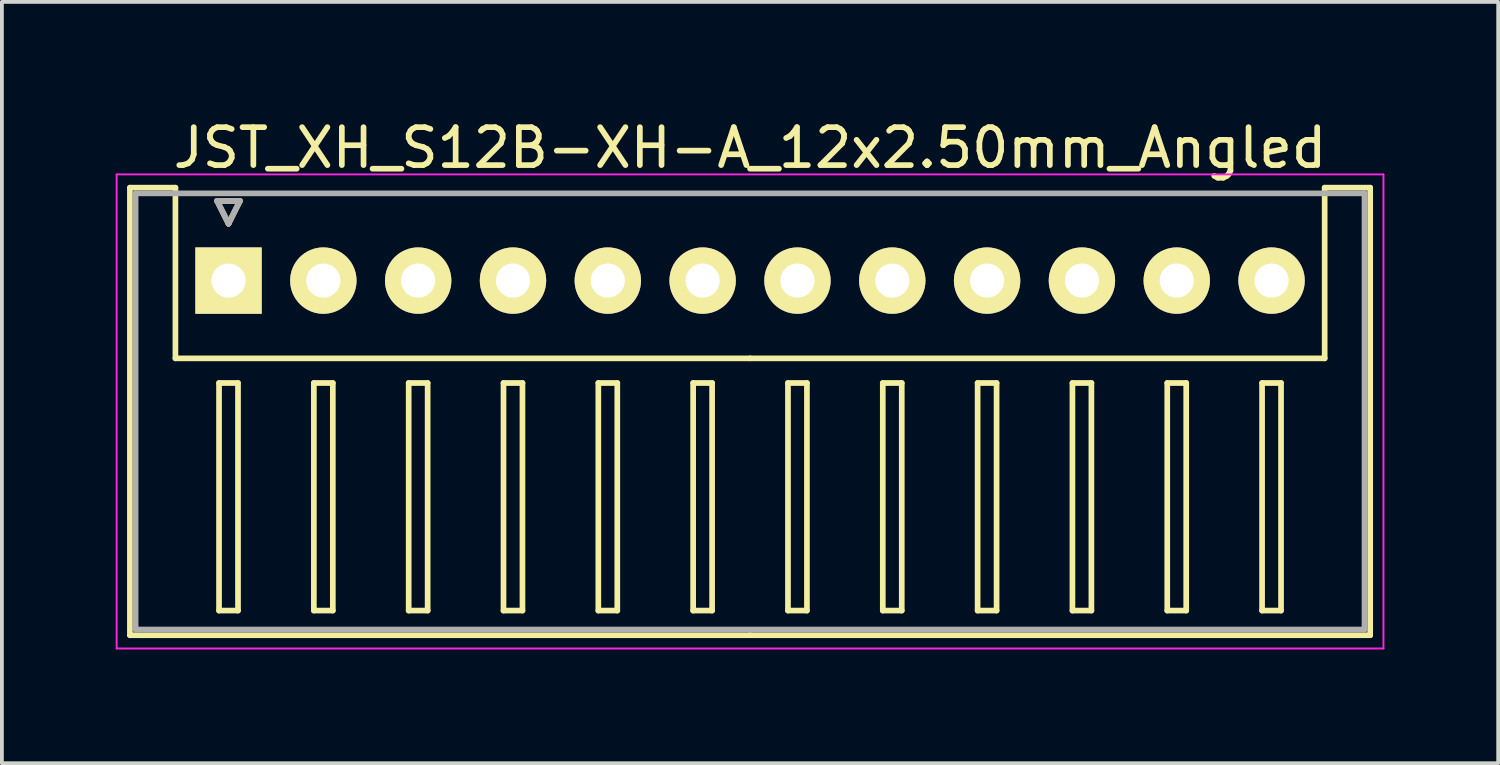
<source format=kicad_pcb>
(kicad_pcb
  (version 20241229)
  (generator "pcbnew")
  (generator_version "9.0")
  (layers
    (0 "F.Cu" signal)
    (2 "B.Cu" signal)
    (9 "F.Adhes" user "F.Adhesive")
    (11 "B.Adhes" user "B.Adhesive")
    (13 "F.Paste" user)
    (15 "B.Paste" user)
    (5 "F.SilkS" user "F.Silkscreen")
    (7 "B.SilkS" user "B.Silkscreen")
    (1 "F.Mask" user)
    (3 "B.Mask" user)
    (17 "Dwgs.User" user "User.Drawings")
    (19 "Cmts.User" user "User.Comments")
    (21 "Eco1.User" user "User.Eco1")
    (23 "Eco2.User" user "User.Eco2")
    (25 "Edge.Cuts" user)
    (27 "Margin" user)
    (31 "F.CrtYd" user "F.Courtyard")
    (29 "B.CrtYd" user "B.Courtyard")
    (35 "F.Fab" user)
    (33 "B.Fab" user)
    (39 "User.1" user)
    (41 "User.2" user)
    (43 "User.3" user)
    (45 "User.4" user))
  (footprint "JST_XH_S12B-XH-A_12x2.50mm_Angled"
    (layer "F.Cu")
    (at 2.975 4.348)
    (property "Reference" "JST_XH_S12B-XH-A_12x2.50mm_Angled" (at 13.75 -3.5 0) (layer "F.SilkS") (effects (font (size 1 1) (thickness 0.15))))
    (attr through_hole)
    (fp_line (start -2.6 -2.45) (end -1.4 -2.45) (stroke (width 0.15) (type solid)) (layer "F.SilkS"))
    (fp_line (start -2.6 9.35) (end -2.6 -2.45) (stroke (width 0.15) (type solid)) (layer "F.SilkS"))
    (fp_line (start -1.4 -2.45) (end -1.4 2.05) (stroke (width 0.15) (type solid)) (layer "F.SilkS"))
    (fp_line (start -1.4 2.05) (end 13.75 2.05) (stroke (width 0.15) (type solid)) (layer "F.SilkS"))
    (fp_line (start -0.3 -2.1) (end 0.3 -2.1) (stroke (width 0.15) (type solid)) (layer "F.SilkS"))
    (fp_line (start -0.25 2.7) (end -0.25 8.7) (stroke (width 0.15) (type solid)) (layer "F.SilkS"))
    (fp_line (start -0.25 8.7) (end 0.25 8.7) (stroke (width 0.15) (type solid)) (layer "F.SilkS"))
    (fp_line (start 0 -1.5) (end -0.3 -2.1) (stroke (width 0.15) (type solid)) (layer "F.SilkS"))
    (fp_line (start 0.25 2.7) (end -0.25 2.7) (stroke (width 0.15) (type solid)) (layer "F.SilkS"))
    (fp_line (start 0.25 8.7) (end 0.25 2.7) (stroke (width 0.15) (type solid)) (layer "F.SilkS"))
    (fp_line (start 0.3 -2.1) (end 0 -1.5) (stroke (width 0.15) (type solid)) (layer "F.SilkS"))
    (fp_line (start 2.25 2.7) (end 2.25 8.7) (stroke (width 0.15) (type solid)) (layer "F.SilkS"))
    (fp_line (start 2.25 8.7) (end 2.75 8.7) (stroke (width 0.15) (type solid)) (layer "F.SilkS"))
    (fp_line (start 2.75 2.7) (end 2.25 2.7) (stroke (width 0.15) (type solid)) (layer "F.SilkS"))
    (fp_line (start 2.75 8.7) (end 2.75 2.7) (stroke (width 0.15) (type solid)) (layer "F.SilkS"))
    (fp_line (start 4.75 2.7) (end 4.75 8.7) (stroke (width 0.15) (type solid)) (layer "F.SilkS"))
    (fp_line (start 4.75 8.7) (end 5.25 8.7) (stroke (width 0.15) (type solid)) (layer "F.SilkS"))
    (fp_line (start 5.25 2.7) (end 4.75 2.7) (stroke (width 0.15) (type solid)) (layer "F.SilkS"))
    (fp_line (start 5.25 8.7) (end 5.25 2.7) (stroke (width 0.15) (type solid)) (layer "F.SilkS"))
    (fp_line (start 7.25 2.7) (end 7.25 8.7) (stroke (width 0.15) (type solid)) (layer "F.SilkS"))
    (fp_line (start 7.25 8.7) (end 7.75 8.7) (stroke (width 0.15) (type solid)) (layer "F.SilkS"))
    (fp_line (start 7.75 2.7) (end 7.25 2.7) (stroke (width 0.15) (type solid)) (layer "F.SilkS"))
    (fp_line (start 7.75 8.7) (end 7.75 2.7) (stroke (width 0.15) (type solid)) (layer "F.SilkS"))
    (fp_line (start 9.75 2.7) (end 9.75 8.7) (stroke (width 0.15) (type solid)) (layer "F.SilkS"))
    (fp_line (start 9.75 8.7) (end 10.25 8.7) (stroke (width 0.15) (type solid)) (layer "F.SilkS"))
    (fp_line (start 10.25 2.7) (end 9.75 2.7) (stroke (width 0.15) (type solid)) (layer "F.SilkS"))
    (fp_line (start 10.25 8.7) (end 10.25 2.7) (stroke (width 0.15) (type solid)) (layer "F.SilkS"))
    (fp_line (start 12.25 2.7) (end 12.25 8.7) (stroke (width 0.15) (type solid)) (layer "F.SilkS"))
    (fp_line (start 12.25 8.7) (end 12.75 8.7) (stroke (width 0.15) (type solid)) (layer "F.SilkS"))
    (fp_line (start 12.75 2.7) (end 12.25 2.7) (stroke (width 0.15) (type solid)) (layer "F.SilkS"))
    (fp_line (start 12.75 8.7) (end 12.75 2.7) (stroke (width 0.15) (type solid)) (layer "F.SilkS"))
    (fp_line (start 13.75 9.35) (end -2.6 9.35) (stroke (width 0.15) (type solid)) (layer "F.SilkS"))
    (fp_line (start 13.75 9.35) (end 30.1 9.35) (stroke (width 0.15) (type solid)) (layer "F.SilkS"))
    (fp_line (start 14.75 2.7) (end 14.75 8.7) (stroke (width 0.15) (type solid)) (layer "F.SilkS"))
    (fp_line (start 14.75 8.7) (end 15.25 8.7) (stroke (width 0.15) (type solid)) (layer "F.SilkS"))
    (fp_line (start 15.25 2.7) (end 14.75 2.7) (stroke (width 0.15) (type solid)) (layer "F.SilkS"))
    (fp_line (start 15.25 8.7) (end 15.25 2.7) (stroke (width 0.15) (type solid)) (layer "F.SilkS"))
    (fp_line (start 17.25 2.7) (end 17.25 8.7) (stroke (width 0.15) (type solid)) (layer "F.SilkS"))
    (fp_line (start 17.25 8.7) (end 17.75 8.7) (stroke (width 0.15) (type solid)) (layer "F.SilkS"))
    (fp_line (start 17.75 2.7) (end 17.25 2.7) (stroke (width 0.15) (type solid)) (layer "F.SilkS"))
    (fp_line (start 17.75 8.7) (end 17.75 2.7) (stroke (width 0.15) (type solid)) (layer "F.SilkS"))
    (fp_line (start 19.75 2.7) (end 19.75 8.7) (stroke (width 0.15) (type solid)) (layer "F.SilkS"))
    (fp_line (start 19.75 8.7) (end 20.25 8.7) (stroke (width 0.15) (type solid)) (layer "F.SilkS"))
    (fp_line (start 20.25 2.7) (end 19.75 2.7) (stroke (width 0.15) (type solid)) (layer "F.SilkS"))
    (fp_line (start 20.25 8.7) (end 20.25 2.7) (stroke (width 0.15) (type solid)) (layer "F.SilkS"))
    (fp_line (start 22.25 2.7) (end 22.25 8.7) (stroke (width 0.15) (type solid)) (layer "F.SilkS"))
    (fp_line (start 22.25 8.7) (end 22.75 8.7) (stroke (width 0.15) (type solid)) (layer "F.SilkS"))
    (fp_line (start 22.75 2.7) (end 22.25 2.7) (stroke (width 0.15) (type solid)) (layer "F.SilkS"))
    (fp_line (start 22.75 8.7) (end 22.75 2.7) (stroke (width 0.15) (type solid)) (layer "F.SilkS"))
    (fp_line (start 24.75 2.7) (end 24.75 8.7) (stroke (width 0.15) (type solid)) (layer "F.SilkS"))
    (fp_line (start 24.75 8.7) (end 25.25 8.7) (stroke (width 0.15) (type solid)) (layer "F.SilkS"))
    (fp_line (start 25.25 2.7) (end 24.75 2.7) (stroke (width 0.15) (type solid)) (layer "F.SilkS"))
    (fp_line (start 25.25 8.7) (end 25.25 2.7) (stroke (width 0.15) (type solid)) (layer "F.SilkS"))
    (fp_line (start 27.25 2.7) (end 27.25 8.7) (stroke (width 0.15) (type solid)) (layer "F.SilkS"))
    (fp_line (start 27.25 8.7) (end 27.75 8.7) (stroke (width 0.15) (type solid)) (layer "F.SilkS"))
    (fp_line (start 27.75 2.7) (end 27.25 2.7) (stroke (width 0.15) (type solid)) (layer "F.SilkS"))
    (fp_line (start 27.75 8.7) (end 27.75 2.7) (stroke (width 0.15) (type solid)) (layer "F.SilkS"))
    (fp_line (start 28.9 -2.45) (end 28.9 2.05) (stroke (width 0.15) (type solid)) (layer "F.SilkS"))
    (fp_line (start 28.9 2.05) (end 13.75 2.05) (stroke (width 0.15) (type solid)) (layer "F.SilkS"))
    (fp_line (start 30.1 -2.45) (end 28.9 -2.45) (stroke (width 0.15) (type solid)) (layer "F.SilkS"))
    (fp_line (start 30.1 9.35) (end 30.1 -2.45) (stroke (width 0.15) (type solid)) (layer "F.SilkS"))
    (fp_line (start -2.95 -2.8) (end -2.95 9.7) (stroke (width 0.05) (type solid)) (layer "F.CrtYd"))
    (fp_line (start -2.95 9.7) (end 30.45 9.7) (stroke (width 0.05) (type solid)) (layer "F.CrtYd"))
    (fp_line (start 30.45 -2.8) (end -2.95 -2.8) (stroke (width 0.05) (type solid)) (layer "F.CrtYd"))
    (fp_line (start 30.45 9.7) (end 30.45 -2.8) (stroke (width 0.05) (type solid)) (layer "F.CrtYd"))
    (fp_line (start -2.45 -2.3) (end -2.45 9.2) (stroke (width 0.15) (type solid)) (layer "F.Fab"))
    (fp_line (start -2.45 9.2) (end 29.95 9.2) (stroke (width 0.15) (type solid)) (layer "F.Fab"))
    (fp_line (start -0.3 -2.1) (end 0.3 -2.1) (stroke (width 0.15) (type solid)) (layer "F.Fab"))
    (fp_line (start 0 -1.5) (end -0.3 -2.1) (stroke (width 0.15) (type solid)) (layer "F.Fab"))
    (fp_line (start 0.3 -2.1) (end 0 -1.5) (stroke (width 0.15) (type solid)) (layer "F.Fab"))
    (fp_line (start 29.95 -2.3) (end -2.45 -2.3) (stroke (width 0.15) (type solid)) (layer "F.Fab"))
    (fp_line (start 29.95 9.2) (end 29.95 -2.3) (stroke (width 0.15) (type solid)) (layer "F.Fab"))
    (pad "1" thru_hole rect (at 0 0) (size 1.75 1.75) (drill 0.9) (layers "*.Cu" "*.Mask" "F.SilkS"))
    (pad "2" thru_hole circle (at 2.5 0) (size 1.75 1.75) (drill 0.9) (layers "*.Cu" "*.Mask" "F.SilkS"))
    (pad "3" thru_hole circle (at 5 0) (size 1.75 1.75) (drill 0.9) (layers "*.Cu" "*.Mask" "F.SilkS"))
    (pad "4" thru_hole circle (at 7.5 0) (size 1.75 1.75) (drill 0.9) (layers "*.Cu" "*.Mask" "F.SilkS"))
    (pad "5" thru_hole circle (at 10 0) (size 1.75 1.75) (drill 0.9) (layers "*.Cu" "*.Mask" "F.SilkS"))
    (pad "6" thru_hole circle (at 12.5 0) (size 1.75 1.75) (drill 0.9) (layers "*.Cu" "*.Mask" "F.SilkS"))
    (pad "7" thru_hole circle (at 15 0) (size 1.75 1.75) (drill 0.9) (layers "*.Cu" "*.Mask" "F.SilkS"))
    (pad "8" thru_hole circle (at 17.5 0) (size 1.75 1.75) (drill 0.9) (layers "*.Cu" "*.Mask" "F.SilkS"))
    (pad "9" thru_hole circle (at 20 0) (size 1.75 1.75) (drill 0.9) (layers "*.Cu" "*.Mask" "F.SilkS"))
    (pad "10" thru_hole circle (at 22.5 0) (size 1.75 1.75) (drill 0.9) (layers "*.Cu" "*.Mask" "F.SilkS"))
    (pad "11" thru_hole circle (at 25 0) (size 1.75 1.75) (drill 0.9) (layers "*.Cu" "*.Mask" "F.SilkS"))
    (pad "12" thru_hole circle (at 27.5 0) (size 1.75 1.75) (drill 0.9) (layers "*.Cu" "*.Mask" "F.SilkS")))
  (gr_rect
    (start -3 -3)
    (end 36.45 17.073)
    (stroke (width 0.1) (type default))
    (fill no)
    (layer "Edge.Cuts")))
</source>
